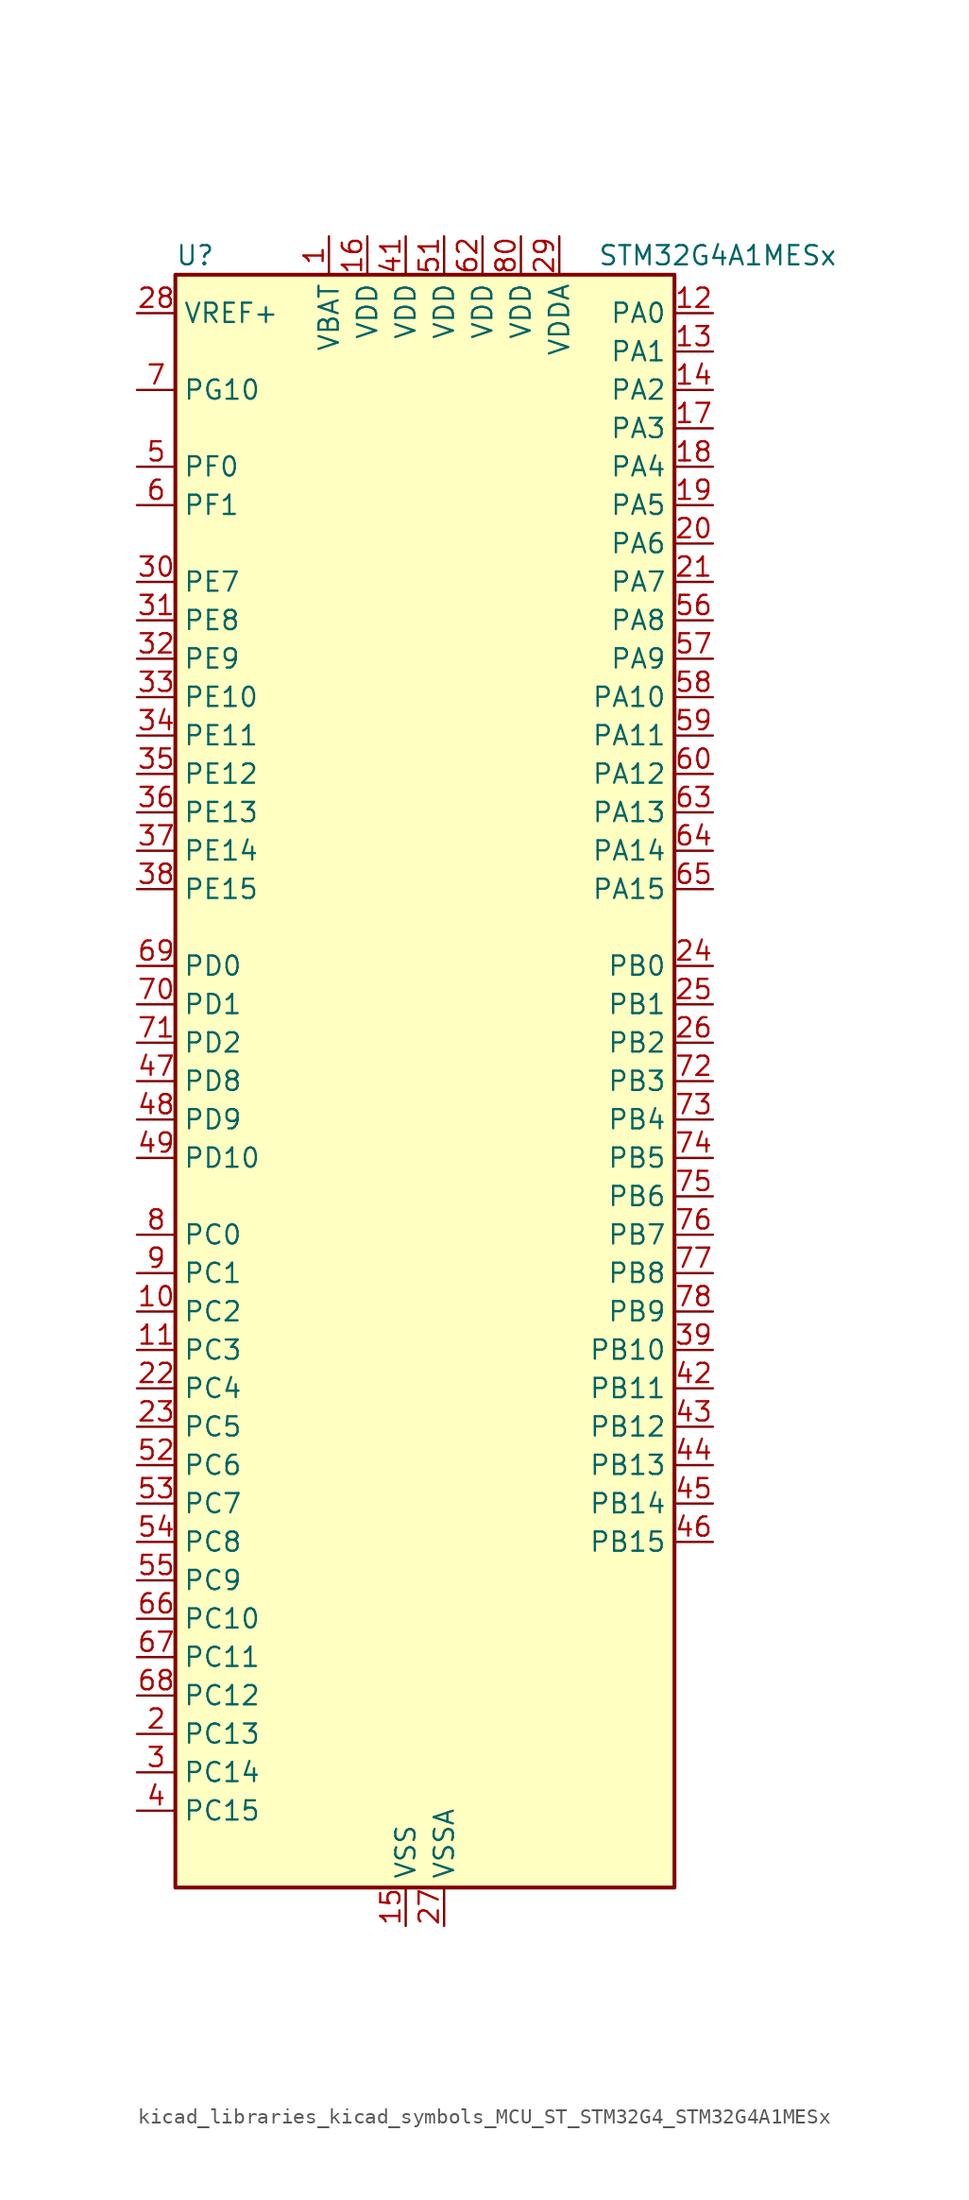
<source format=kicad_sym>
(kicad_symbol_lib
  (version 20220914)
  (generator kicad_symbol_editor)
  (symbol "kicad_libraries_kicad_symbols_MCU_ST_STM32G4_STM32G4A1MESx"
    (property "Reference" "U"
      (at -15.24 54.61 0)
      (effects (font (size 1.27 1.27)) (justify left)))
    (property "Value" "STM32G4A1MESx"
      (at 12.7 54.61 0)
      (effects (font (size 1.27 1.27)) (justify left)))
    (property "ki_locked" ""
      (at 0 0 0)
      (effects (font (size 1.27 1.27))))
    (symbol "kicad_libraries_kicad_symbols_MCU_ST_STM32G4_STM32G4A1MESx_0_1"
      (rectangle (start -15.24 -53.34) (end 17.78 53.34) (stroke (width 0.254) (type default)) (fill (type background))))
    (symbol "kicad_libraries_kicad_symbols_MCU_ST_STM32G4_STM32G4A1MESx_1_1"
      (pin power_in line (at -5.08 55.88 270) (length 2.54) (name "VBAT" (effects (font (size 1.27 1.27)))) (number "1" (effects (font (size 1.27 1.27)))))
      (pin bidirectional line (at -17.78 -15.24 0) (length 2.54) (name "PC2" (effects (font (size 1.27 1.27)))) (number "10" (effects (font (size 1.27 1.27)))) (alternate "ADC1_IN8" bidirectional line) (alternate "ADC2_IN8" bidirectional line) (alternate "ADC3_EXTI2" bidirectional line) (alternate "COMP3_OUT" bidirectional line) (alternate "LPTIM1_IN2" bidirectional line) (alternate "QUADSPI1_BK2_IO1" bidirectional line) (alternate "TIM1_CH3" bidirectional line) (alternate "TIM20_CH2" bidirectional line))
      (pin bidirectional line (at -17.78 -17.78 0) (length 2.54) (name "PC3" (effects (font (size 1.27 1.27)))) (number "11" (effects (font (size 1.27 1.27)))) (alternate "ADC1_IN9" bidirectional line) (alternate "ADC2_IN9" bidirectional line) (alternate "ADC3_EXTI3" bidirectional line) (alternate "LPTIM1_ETR" bidirectional line) (alternate "QUADSPI1_BK2_IO2" bidirectional line) (alternate "SAI1_D1" bidirectional line) (alternate "SAI1_SD_A" bidirectional line) (alternate "TIM1_BKIN2" bidirectional line) (alternate "TIM1_CH4" bidirectional line))
      (pin bidirectional line (at 20.32 50.8 180) (length 2.54) (name "PA0" (effects (font (size 1.27 1.27)))) (number "12" (effects (font (size 1.27 1.27)))) (alternate "ADC1_IN1" bidirectional line) (alternate "ADC2_IN1" bidirectional line) (alternate "COMP1_INM" bidirectional line) (alternate "COMP1_OUT" bidirectional line) (alternate "COMP3_INP" bidirectional line) (alternate "RTC_TAMP2" bidirectional line) (alternate "SYS_WKUP1" bidirectional line) (alternate "TIM2_CH1" bidirectional line) (alternate "TIM2_ETR" bidirectional line) (alternate "TIM8_BKIN" bidirectional line) (alternate "TIM8_ETR" bidirectional line) (alternate "USART2_CTS" bidirectional line) (alternate "USART2_NSS" bidirectional line))
      (pin bidirectional line (at 20.32 48.26 180) (length 2.54) (name "PA1" (effects (font (size 1.27 1.27)))) (number "13" (effects (font (size 1.27 1.27)))) (alternate "ADC1_IN2" bidirectional line) (alternate "ADC2_IN2" bidirectional line) (alternate "COMP1_INP" bidirectional line) (alternate "OPAMP1_VINP" bidirectional line) (alternate "OPAMP1_VINP_SEC" bidirectional line) (alternate "OPAMP3_VINP" bidirectional line) (alternate "OPAMP3_VINP_SEC" bidirectional line) (alternate "OPAMP6_VINM" bidirectional line) (alternate "OPAMP6_VINM0" bidirectional line) (alternate "OPAMP6_VINM_SEC" bidirectional line) (alternate "RTC_REFIN" bidirectional line) (alternate "TIM15_CH1N" bidirectional line) (alternate "TIM2_CH2" bidirectional line) (alternate "USART2_DE" bidirectional line) (alternate "USART2_RTS" bidirectional line))
      (pin bidirectional line (at 20.32 45.72 180) (length 2.54) (name "PA2" (effects (font (size 1.27 1.27)))) (number "14" (effects (font (size 1.27 1.27)))) (alternate "ADC1_IN3" bidirectional line) (alternate "ADC3_EXTI2" bidirectional line) (alternate "COMP2_INM" bidirectional line) (alternate "COMP2_OUT" bidirectional line) (alternate "LPUART1_TX" bidirectional line) (alternate "OPAMP1_VOUT" bidirectional line) (alternate "QUADSPI1_BK1_NCS" bidirectional line) (alternate "RCC_LSCO" bidirectional line) (alternate "SYS_WKUP4" bidirectional line) (alternate "TIM15_CH1" bidirectional line) (alternate "TIM2_CH3" bidirectional line) (alternate "UCPD1_FRSTX1" bidirectional line) (alternate "UCPD1_FRSTX2" bidirectional line) (alternate "USART2_TX" bidirectional line))
      (pin power_in line (at 0 -55.88 90) (length 2.54) (name "VSS" (effects (font (size 1.27 1.27)))) (number "15" (effects (font (size 1.27 1.27)))))
      (pin power_in line (at -2.54 55.88 270) (length 2.54) (name "VDD" (effects (font (size 1.27 1.27)))) (number "16" (effects (font (size 1.27 1.27)))))
      (pin bidirectional line (at 20.32 43.18 180) (length 2.54) (name "PA3" (effects (font (size 1.27 1.27)))) (number "17" (effects (font (size 1.27 1.27)))) (alternate "ADC1_IN4" bidirectional line) (alternate "ADC3_EXTI3" bidirectional line) (alternate "COMP2_INP" bidirectional line) (alternate "LPUART1_RX" bidirectional line) (alternate "OPAMP1_VINM" bidirectional line) (alternate "OPAMP1_VINM0" bidirectional line) (alternate "OPAMP1_VINM_SEC" bidirectional line) (alternate "OPAMP1_VINP" bidirectional line) (alternate "OPAMP1_VINP_SEC" bidirectional line) (alternate "QUADSPI1_CLK" bidirectional line) (alternate "SAI1_CK1" bidirectional line) (alternate "SAI1_MCLK_A" bidirectional line) (alternate "TIM15_CH2" bidirectional line) (alternate "TIM2_CH4" bidirectional line) (alternate "USART2_RX" bidirectional line))
      (pin bidirectional line (at 20.32 40.64 180) (length 2.54) (name "PA4" (effects (font (size 1.27 1.27)))) (number "18" (effects (font (size 1.27 1.27)))) (alternate "ADC2_IN17" bidirectional line) (alternate "COMP1_INM" bidirectional line) (alternate "DAC1_OUT1" bidirectional line) (alternate "I2S3_WS" bidirectional line) (alternate "SAI1_FS_B" bidirectional line) (alternate "SPI1_NSS" bidirectional line) (alternate "SPI3_NSS" bidirectional line) (alternate "TIM3_CH2" bidirectional line) (alternate "USART2_CK" bidirectional line))
      (pin bidirectional line (at 20.32 38.1 180) (length 2.54) (name "PA5" (effects (font (size 1.27 1.27)))) (number "19" (effects (font (size 1.27 1.27)))) (alternate "ADC2_IN13" bidirectional line) (alternate "COMP2_INM" bidirectional line) (alternate "DAC1_OUT2" bidirectional line) (alternate "OPAMP2_VINM" bidirectional line) (alternate "OPAMP2_VINM0" bidirectional line) (alternate "OPAMP2_VINM_SEC" bidirectional line) (alternate "SPI1_SCK" bidirectional line) (alternate "TIM2_CH1" bidirectional line) (alternate "TIM2_ETR" bidirectional line) (alternate "UCPD1_FRSTX1" bidirectional line) (alternate "UCPD1_FRSTX2" bidirectional line))
      (pin bidirectional line (at -17.78 -43.18 0) (length 2.54) (name "PC13" (effects (font (size 1.27 1.27)))) (number "2" (effects (font (size 1.27 1.27)))) (alternate "RTC_OUT1" bidirectional line) (alternate "RTC_TAMP1" bidirectional line) (alternate "RTC_TS" bidirectional line) (alternate "SYS_WKUP2" bidirectional line) (alternate "TIM1_BKIN" bidirectional line) (alternate "TIM1_CH1N" bidirectional line) (alternate "TIM8_CH4N" bidirectional line))
      (pin bidirectional line (at 20.32 35.56 180) (length 2.54) (name "PA6" (effects (font (size 1.27 1.27)))) (number "20" (effects (font (size 1.27 1.27)))) (alternate "ADC2_IN3" bidirectional line) (alternate "COMP1_OUT" bidirectional line) (alternate "LPUART1_CTS" bidirectional line) (alternate "OPAMP2_VOUT" bidirectional line) (alternate "QUADSPI1_BK1_IO3" bidirectional line) (alternate "SPI1_MISO" bidirectional line) (alternate "TIM16_CH1" bidirectional line) (alternate "TIM1_BKIN" bidirectional line) (alternate "TIM3_CH1" bidirectional line) (alternate "TIM8_BKIN" bidirectional line))
      (pin bidirectional line (at 20.32 33.02 180) (length 2.54) (name "PA7" (effects (font (size 1.27 1.27)))) (number "21" (effects (font (size 1.27 1.27)))) (alternate "ADC2_IN4" bidirectional line) (alternate "COMP2_INP" bidirectional line) (alternate "COMP2_OUT" bidirectional line) (alternate "OPAMP1_VINP" bidirectional line) (alternate "OPAMP1_VINP_SEC" bidirectional line) (alternate "OPAMP2_VINP" bidirectional line) (alternate "OPAMP2_VINP_SEC" bidirectional line) (alternate "QUADSPI1_BK1_IO2" bidirectional line) (alternate "SPI1_MOSI" bidirectional line) (alternate "TIM17_CH1" bidirectional line) (alternate "TIM1_CH1N" bidirectional line) (alternate "TIM3_CH2" bidirectional line) (alternate "TIM8_CH1N" bidirectional line) (alternate "UCPD1_FRSTX1" bidirectional line) (alternate "UCPD1_FRSTX2" bidirectional line))
      (pin bidirectional line (at -17.78 -20.32 0) (length 2.54) (name "PC4" (effects (font (size 1.27 1.27)))) (number "22" (effects (font (size 1.27 1.27)))) (alternate "ADC2_IN5" bidirectional line) (alternate "I2C2_SCL" bidirectional line) (alternate "QUADSPI1_BK2_IO3" bidirectional line) (alternate "TIM1_ETR" bidirectional line) (alternate "USART1_TX" bidirectional line))
      (pin bidirectional line (at -17.78 -22.86 0) (length 2.54) (name "PC5" (effects (font (size 1.27 1.27)))) (number "23" (effects (font (size 1.27 1.27)))) (alternate "ADC2_IN11" bidirectional line) (alternate "OPAMP1_VINM" bidirectional line) (alternate "OPAMP1_VINM1" bidirectional line) (alternate "OPAMP1_VINM_SEC" bidirectional line) (alternate "OPAMP2_VINM" bidirectional line) (alternate "OPAMP2_VINM1" bidirectional line) (alternate "OPAMP2_VINM_SEC" bidirectional line) (alternate "SAI1_D3" bidirectional line) (alternate "SYS_WKUP5" bidirectional line) (alternate "TIM15_BKIN" bidirectional line) (alternate "TIM1_CH4N" bidirectional line) (alternate "USART1_RX" bidirectional line))
      (pin bidirectional line (at 20.32 7.62 180) (length 2.54) (name "PB0" (effects (font (size 1.27 1.27)))) (number "24" (effects (font (size 1.27 1.27)))) (alternate "ADC1_IN15" bidirectional line) (alternate "ADC3_IN12" bidirectional line) (alternate "COMP4_INP" bidirectional line) (alternate "OPAMP2_VINP" bidirectional line) (alternate "OPAMP2_VINP_SEC" bidirectional line) (alternate "OPAMP3_VINP" bidirectional line) (alternate "OPAMP3_VINP_SEC" bidirectional line) (alternate "QUADSPI1_BK1_IO1" bidirectional line) (alternate "TIM1_CH2N" bidirectional line) (alternate "TIM3_CH3" bidirectional line) (alternate "TIM8_CH2N" bidirectional line) (alternate "UCPD1_FRSTX1" bidirectional line) (alternate "UCPD1_FRSTX2" bidirectional line))
      (pin bidirectional line (at 20.32 5.08 180) (length 2.54) (name "PB1" (effects (font (size 1.27 1.27)))) (number "25" (effects (font (size 1.27 1.27)))) (alternate "ADC1_IN12" bidirectional line) (alternate "ADC3_IN1" bidirectional line) (alternate "COMP1_INP" bidirectional line) (alternate "COMP4_OUT" bidirectional line) (alternate "LPUART1_DE" bidirectional line) (alternate "LPUART1_RTS" bidirectional line) (alternate "OPAMP3_VOUT" bidirectional line) (alternate "OPAMP6_VINM" bidirectional line) (alternate "OPAMP6_VINM1" bidirectional line) (alternate "OPAMP6_VINM_SEC" bidirectional line) (alternate "QUADSPI1_BK1_IO0" bidirectional line) (alternate "TIM1_CH3N" bidirectional line) (alternate "TIM3_CH4" bidirectional line) (alternate "TIM8_CH3N" bidirectional line))
      (pin bidirectional line (at 20.32 2.54 180) (length 2.54) (name "PB2" (effects (font (size 1.27 1.27)))) (number "26" (effects (font (size 1.27 1.27)))) (alternate "ADC2_IN12" bidirectional line) (alternate "ADC3_EXTI2" bidirectional line) (alternate "COMP4_INM" bidirectional line) (alternate "I2C3_SMBA" bidirectional line) (alternate "LPTIM1_OUT" bidirectional line) (alternate "OPAMP3_VINM" bidirectional line) (alternate "OPAMP3_VINM0" bidirectional line) (alternate "OPAMP3_VINM_SEC" bidirectional line) (alternate "QUADSPI1_BK2_IO1" bidirectional line) (alternate "RTC_OUT2" bidirectional line) (alternate "TIM20_CH1" bidirectional line))
      (pin power_in line (at 2.54 -55.88 90) (length 2.54) (name "VSSA" (effects (font (size 1.27 1.27)))) (number "27" (effects (font (size 1.27 1.27)))))
      (pin input line (at -17.78 50.8 0) (length 2.54) (name "VREF+" (effects (font (size 1.27 1.27)))) (number "28" (effects (font (size 1.27 1.27)))) (alternate "VREFBUF_OUT" bidirectional line))
      (pin power_in line (at 10.16 55.88 270) (length 2.54) (name "VDDA" (effects (font (size 1.27 1.27)))) (number "29" (effects (font (size 1.27 1.27)))))
      (pin bidirectional line (at -17.78 -45.72 0) (length 2.54) (name "PC14" (effects (font (size 1.27 1.27)))) (number "3" (effects (font (size 1.27 1.27)))) (alternate "RCC_OSC32_IN" bidirectional line))
      (pin bidirectional line (at -17.78 33.02 0) (length 2.54) (name "PE7" (effects (font (size 1.27 1.27)))) (number "30" (effects (font (size 1.27 1.27)))) (alternate "ADC3_IN4" bidirectional line) (alternate "COMP4_INP" bidirectional line) (alternate "SAI1_SD_B" bidirectional line) (alternate "TIM1_ETR" bidirectional line))
      (pin bidirectional line (at -17.78 30.48 0) (length 2.54) (name "PE8" (effects (font (size 1.27 1.27)))) (number "31" (effects (font (size 1.27 1.27)))) (alternate "ADC3_IN6" bidirectional line) (alternate "COMP4_INM" bidirectional line) (alternate "SAI1_SCK_B" bidirectional line) (alternate "TIM1_CH1N" bidirectional line))
      (pin bidirectional line (at -17.78 27.94 0) (length 2.54) (name "PE9" (effects (font (size 1.27 1.27)))) (number "32" (effects (font (size 1.27 1.27)))) (alternate "ADC3_IN2" bidirectional line) (alternate "DAC1_EXTI9" bidirectional line) (alternate "DAC3_EXTI9" bidirectional line) (alternate "SAI1_FS_B" bidirectional line) (alternate "TIM1_CH1" bidirectional line))
      (pin bidirectional line (at -17.78 25.4 0) (length 2.54) (name "PE10" (effects (font (size 1.27 1.27)))) (number "33" (effects (font (size 1.27 1.27)))) (alternate "ADC3_IN14" bidirectional line) (alternate "DAC1_EXTI10" bidirectional line) (alternate "DAC3_EXTI10" bidirectional line) (alternate "QUADSPI1_CLK" bidirectional line) (alternate "SAI1_MCLK_B" bidirectional line) (alternate "TIM1_CH2N" bidirectional line))
      (pin bidirectional line (at -17.78 22.86 0) (length 2.54) (name "PE11" (effects (font (size 1.27 1.27)))) (number "34" (effects (font (size 1.27 1.27)))) (alternate "ADC1_EXTI11" bidirectional line) (alternate "ADC2_EXTI11" bidirectional line) (alternate "ADC3_IN15" bidirectional line) (alternate "QUADSPI1_BK1_NCS" bidirectional line) (alternate "TIM1_CH2" bidirectional line))
      (pin bidirectional line (at -17.78 20.32 0) (length 2.54) (name "PE12" (effects (font (size 1.27 1.27)))) (number "35" (effects (font (size 1.27 1.27)))) (alternate "ADC3_IN16" bidirectional line) (alternate "QUADSPI1_BK1_IO0" bidirectional line) (alternate "TIM1_CH3N" bidirectional line))
      (pin bidirectional line (at -17.78 17.78 0) (length 2.54) (name "PE13" (effects (font (size 1.27 1.27)))) (number "36" (effects (font (size 1.27 1.27)))) (alternate "ADC3_IN3" bidirectional line) (alternate "QUADSPI1_BK1_IO1" bidirectional line) (alternate "TIM1_CH3" bidirectional line))
      (pin bidirectional line (at -17.78 15.24 0) (length 2.54) (name "PE14" (effects (font (size 1.27 1.27)))) (number "37" (effects (font (size 1.27 1.27)))) (alternate "QUADSPI1_BK1_IO2" bidirectional line) (alternate "TIM1_BKIN2" bidirectional line) (alternate "TIM1_CH4" bidirectional line))
      (pin bidirectional line (at -17.78 12.7 0) (length 2.54) (name "PE15" (effects (font (size 1.27 1.27)))) (number "38" (effects (font (size 1.27 1.27)))) (alternate "ADC1_EXTI15" bidirectional line) (alternate "ADC2_EXTI15" bidirectional line) (alternate "QUADSPI1_BK1_IO3" bidirectional line) (alternate "TIM1_BKIN" bidirectional line) (alternate "TIM1_CH4N" bidirectional line) (alternate "USART3_RX" bidirectional line))
      (pin bidirectional line (at 20.32 -17.78 180) (length 2.54) (name "PB10" (effects (font (size 1.27 1.27)))) (number "39" (effects (font (size 1.27 1.27)))) (alternate "DAC1_EXTI10" bidirectional line) (alternate "DAC3_EXTI10" bidirectional line) (alternate "LPUART1_RX" bidirectional line) (alternate "OPAMP3_VINM" bidirectional line) (alternate "OPAMP3_VINM1" bidirectional line) (alternate "OPAMP3_VINM_SEC" bidirectional line) (alternate "QUADSPI1_CLK" bidirectional line) (alternate "SAI1_SCK_A" bidirectional line) (alternate "TIM1_BKIN" bidirectional line) (alternate "TIM2_CH3" bidirectional line) (alternate "USART3_TX" bidirectional line))
      (pin bidirectional line (at -17.78 -48.26 0) (length 2.54) (name "PC15" (effects (font (size 1.27 1.27)))) (number "4" (effects (font (size 1.27 1.27)))) (alternate "ADC1_EXTI15" bidirectional line) (alternate "ADC2_EXTI15" bidirectional line) (alternate "RCC_OSC32_OUT" bidirectional line))
      (pin passive line (at 0 -55.88 90) (length 2.54) hide (name "VSS" (effects (font (size 1.27 1.27)))) (number "40" (effects (font (size 1.27 1.27)))))
      (pin power_in line (at 0 55.88 270) (length 2.54) (name "VDD" (effects (font (size 1.27 1.27)))) (number "41" (effects (font (size 1.27 1.27)))))
      (pin bidirectional line (at 20.32 -20.32 180) (length 2.54) (name "PB11" (effects (font (size 1.27 1.27)))) (number "42" (effects (font (size 1.27 1.27)))) (alternate "ADC1_EXTI11" bidirectional line) (alternate "ADC1_IN14" bidirectional line) (alternate "ADC2_EXTI11" bidirectional line) (alternate "ADC2_IN14" bidirectional line) (alternate "LPUART1_TX" bidirectional line) (alternate "OPAMP6_VOUT" bidirectional line) (alternate "QUADSPI1_BK1_NCS" bidirectional line) (alternate "TIM2_CH4" bidirectional line) (alternate "USART3_RX" bidirectional line))
      (pin bidirectional line (at 20.32 -22.86 180) (length 2.54) (name "PB12" (effects (font (size 1.27 1.27)))) (number "43" (effects (font (size 1.27 1.27)))) (alternate "ADC1_IN11" bidirectional line) (alternate "FDCAN2_RX" bidirectional line) (alternate "I2C2_SMBA" bidirectional line) (alternate "I2S2_WS" bidirectional line) (alternate "LPUART1_DE" bidirectional line) (alternate "LPUART1_RTS" bidirectional line) (alternate "OPAMP6_VINP" bidirectional line) (alternate "OPAMP6_VINP_SEC" bidirectional line) (alternate "SPI2_NSS" bidirectional line) (alternate "TIM1_BKIN" bidirectional line) (alternate "USART3_CK" bidirectional line))
      (pin bidirectional line (at 20.32 -25.4 180) (length 2.54) (name "PB13" (effects (font (size 1.27 1.27)))) (number "44" (effects (font (size 1.27 1.27)))) (alternate "ADC3_IN5" bidirectional line) (alternate "FDCAN2_TX" bidirectional line) (alternate "I2S2_CK" bidirectional line) (alternate "LPUART1_CTS" bidirectional line) (alternate "OPAMP3_VINP" bidirectional line) (alternate "OPAMP3_VINP_SEC" bidirectional line) (alternate "OPAMP6_VINP" bidirectional line) (alternate "OPAMP6_VINP_SEC" bidirectional line) (alternate "SPI2_SCK" bidirectional line) (alternate "TIM1_CH1N" bidirectional line) (alternate "USART3_CTS" bidirectional line) (alternate "USART3_NSS" bidirectional line))
      (pin bidirectional line (at 20.32 -27.94 180) (length 2.54) (name "PB14" (effects (font (size 1.27 1.27)))) (number "45" (effects (font (size 1.27 1.27)))) (alternate "ADC1_IN5" bidirectional line) (alternate "COMP4_OUT" bidirectional line) (alternate "OPAMP2_VINP" bidirectional line) (alternate "OPAMP2_VINP_SEC" bidirectional line) (alternate "SPI2_MISO" bidirectional line) (alternate "TIM15_CH1" bidirectional line) (alternate "TIM1_CH2N" bidirectional line) (alternate "USART3_DE" bidirectional line) (alternate "USART3_RTS" bidirectional line))
      (pin bidirectional line (at 20.32 -30.48 180) (length 2.54) (name "PB15" (effects (font (size 1.27 1.27)))) (number "46" (effects (font (size 1.27 1.27)))) (alternate "ADC1_EXTI15" bidirectional line) (alternate "ADC2_EXTI15" bidirectional line) (alternate "ADC2_IN15" bidirectional line) (alternate "COMP3_OUT" bidirectional line) (alternate "I2S2_SD" bidirectional line) (alternate "RTC_REFIN" bidirectional line) (alternate "SPI2_MOSI" bidirectional line) (alternate "TIM15_CH1N" bidirectional line) (alternate "TIM15_CH2" bidirectional line) (alternate "TIM1_CH3N" bidirectional line))
      (pin bidirectional line (at -17.78 0 0) (length 2.54) (name "PD8" (effects (font (size 1.27 1.27)))) (number "47" (effects (font (size 1.27 1.27)))) (alternate "USART3_TX" bidirectional line))
      (pin bidirectional line (at -17.78 -2.54 0) (length 2.54) (name "PD9" (effects (font (size 1.27 1.27)))) (number "48" (effects (font (size 1.27 1.27)))) (alternate "DAC1_EXTI9" bidirectional line) (alternate "DAC3_EXTI9" bidirectional line) (alternate "OPAMP6_VINP" bidirectional line) (alternate "OPAMP6_VINP_SEC" bidirectional line) (alternate "USART3_RX" bidirectional line))
      (pin bidirectional line (at -17.78 -5.08 0) (length 2.54) (name "PD10" (effects (font (size 1.27 1.27)))) (number "49" (effects (font (size 1.27 1.27)))) (alternate "ADC3_IN7" bidirectional line) (alternate "DAC1_EXTI10" bidirectional line) (alternate "DAC3_EXTI10" bidirectional line) (alternate "USART3_CK" bidirectional line))
      (pin bidirectional line (at -17.78 40.64 0) (length 2.54) (name "PF0" (effects (font (size 1.27 1.27)))) (number "5" (effects (font (size 1.27 1.27)))) (alternate "ADC1_IN10" bidirectional line) (alternate "I2C2_SDA" bidirectional line) (alternate "I2S2_WS" bidirectional line) (alternate "RCC_OSC_IN" bidirectional line) (alternate "SPI2_NSS" bidirectional line) (alternate "TIM1_CH3N" bidirectional line))
      (pin passive line (at 0 -55.88 90) (length 2.54) hide (name "VSS" (effects (font (size 1.27 1.27)))) (number "50" (effects (font (size 1.27 1.27)))))
      (pin power_in line (at 2.54 55.88 270) (length 2.54) (name "VDD" (effects (font (size 1.27 1.27)))) (number "51" (effects (font (size 1.27 1.27)))))
      (pin bidirectional line (at -17.78 -25.4 0) (length 2.54) (name "PC6" (effects (font (size 1.27 1.27)))) (number "52" (effects (font (size 1.27 1.27)))) (alternate "I2S2_MCK" bidirectional line) (alternate "TIM3_CH1" bidirectional line) (alternate "TIM8_CH1" bidirectional line))
      (pin bidirectional line (at -17.78 -27.94 0) (length 2.54) (name "PC7" (effects (font (size 1.27 1.27)))) (number "53" (effects (font (size 1.27 1.27)))) (alternate "I2S3_MCK" bidirectional line) (alternate "TIM3_CH2" bidirectional line) (alternate "TIM8_CH2" bidirectional line))
      (pin bidirectional line (at -17.78 -30.48 0) (length 2.54) (name "PC8" (effects (font (size 1.27 1.27)))) (number "54" (effects (font (size 1.27 1.27)))) (alternate "I2C3_SCL" bidirectional line) (alternate "TIM20_CH3" bidirectional line) (alternate "TIM3_CH3" bidirectional line) (alternate "TIM8_CH3" bidirectional line))
      (pin bidirectional line (at -17.78 -33.02 0) (length 2.54) (name "PC9" (effects (font (size 1.27 1.27)))) (number "55" (effects (font (size 1.27 1.27)))) (alternate "DAC1_EXTI9" bidirectional line) (alternate "DAC3_EXTI9" bidirectional line) (alternate "I2C3_SDA" bidirectional line) (alternate "I2S_CKIN" bidirectional line) (alternate "TIM3_CH4" bidirectional line) (alternate "TIM8_BKIN2" bidirectional line) (alternate "TIM8_CH4" bidirectional line))
      (pin bidirectional line (at 20.32 30.48 180) (length 2.54) (name "PA8" (effects (font (size 1.27 1.27)))) (number "56" (effects (font (size 1.27 1.27)))) (alternate "I2C2_SDA" bidirectional line) (alternate "I2C3_SCL" bidirectional line) (alternate "I2S2_MCK" bidirectional line) (alternate "RCC_MCO" bidirectional line) (alternate "SAI1_CK2" bidirectional line) (alternate "SAI1_SCK_A" bidirectional line) (alternate "TIM1_CH1" bidirectional line) (alternate "TIM4_ETR" bidirectional line) (alternate "USART1_CK" bidirectional line))
      (pin bidirectional line (at 20.32 27.94 180) (length 2.54) (name "PA9" (effects (font (size 1.27 1.27)))) (number "57" (effects (font (size 1.27 1.27)))) (alternate "DAC1_EXTI9" bidirectional line) (alternate "DAC3_EXTI9" bidirectional line) (alternate "I2C2_SCL" bidirectional line) (alternate "I2C3_SMBA" bidirectional line) (alternate "I2S3_MCK" bidirectional line) (alternate "SAI1_FS_A" bidirectional line) (alternate "TIM15_BKIN" bidirectional line) (alternate "TIM1_CH2" bidirectional line) (alternate "TIM2_CH3" bidirectional line) (alternate "UCPD1_DBCC1" bidirectional line) (alternate "USART1_TX" bidirectional line))
      (pin bidirectional line (at 20.32 25.4 180) (length 2.54) (name "PA10" (effects (font (size 1.27 1.27)))) (number "58" (effects (font (size 1.27 1.27)))) (alternate "CRS_SYNC" bidirectional line) (alternate "DAC1_EXTI10" bidirectional line) (alternate "DAC3_EXTI10" bidirectional line) (alternate "I2C2_SMBA" bidirectional line) (alternate "SAI1_D1" bidirectional line) (alternate "SAI1_SD_A" bidirectional line) (alternate "SPI2_MISO" bidirectional line) (alternate "TIM17_BKIN" bidirectional line) (alternate "TIM1_CH3" bidirectional line) (alternate "TIM2_CH4" bidirectional line) (alternate "TIM8_BKIN" bidirectional line) (alternate "UCPD1_DBCC2" bidirectional line) (alternate "USART1_RX" bidirectional line))
      (pin bidirectional line (at 20.32 22.86 180) (length 2.54) (name "PA11" (effects (font (size 1.27 1.27)))) (number "59" (effects (font (size 1.27 1.27)))) (alternate "ADC1_EXTI11" bidirectional line) (alternate "ADC2_EXTI11" bidirectional line) (alternate "COMP1_OUT" bidirectional line) (alternate "FDCAN1_RX" bidirectional line) (alternate "I2S2_SD" bidirectional line) (alternate "SPI2_MOSI" bidirectional line) (alternate "TIM1_BKIN2" bidirectional line) (alternate "TIM1_CH1N" bidirectional line) (alternate "TIM1_CH4" bidirectional line) (alternate "TIM4_CH1" bidirectional line) (alternate "USART1_CTS" bidirectional line) (alternate "USART1_NSS" bidirectional line) (alternate "USB_DM" bidirectional line))
      (pin bidirectional line (at -17.78 38.1 0) (length 2.54) (name "PF1" (effects (font (size 1.27 1.27)))) (number "6" (effects (font (size 1.27 1.27)))) (alternate "ADC2_IN10" bidirectional line) (alternate "COMP3_INM" bidirectional line) (alternate "I2S2_CK" bidirectional line) (alternate "RCC_OSC_OUT" bidirectional line) (alternate "SPI2_SCK" bidirectional line))
      (pin bidirectional line (at 20.32 20.32 180) (length 2.54) (name "PA12" (effects (font (size 1.27 1.27)))) (number "60" (effects (font (size 1.27 1.27)))) (alternate "COMP2_OUT" bidirectional line) (alternate "FDCAN1_TX" bidirectional line) (alternate "I2S_CKIN" bidirectional line) (alternate "TIM16_CH1" bidirectional line) (alternate "TIM1_CH2N" bidirectional line) (alternate "TIM1_ETR" bidirectional line) (alternate "TIM4_CH2" bidirectional line) (alternate "USART1_DE" bidirectional line) (alternate "USART1_RTS" bidirectional line) (alternate "USB_DP" bidirectional line))
      (pin passive line (at 0 -55.88 90) (length 2.54) hide (name "VSS" (effects (font (size 1.27 1.27)))) (number "61" (effects (font (size 1.27 1.27)))))
      (pin power_in line (at 5.08 55.88 270) (length 2.54) (name "VDD" (effects (font (size 1.27 1.27)))) (number "62" (effects (font (size 1.27 1.27)))))
      (pin bidirectional line (at 20.32 17.78 180) (length 2.54) (name "PA13" (effects (font (size 1.27 1.27)))) (number "63" (effects (font (size 1.27 1.27)))) (alternate "I2C1_SCL" bidirectional line) (alternate "IR_OUT" bidirectional line) (alternate "SAI1_SD_B" bidirectional line) (alternate "SYS_JTMS-SWDIO" bidirectional line) (alternate "TIM16_CH1N" bidirectional line) (alternate "TIM4_CH3" bidirectional line) (alternate "USART3_CTS" bidirectional line) (alternate "USART3_NSS" bidirectional line))
      (pin bidirectional line (at 20.32 15.24 180) (length 2.54) (name "PA14" (effects (font (size 1.27 1.27)))) (number "64" (effects (font (size 1.27 1.27)))) (alternate "I2C1_SDA" bidirectional line) (alternate "LPTIM1_OUT" bidirectional line) (alternate "SAI1_FS_B" bidirectional line) (alternate "SYS_JTCK-SWCLK" bidirectional line) (alternate "TIM1_BKIN" bidirectional line) (alternate "TIM8_CH2" bidirectional line) (alternate "USART2_TX" bidirectional line))
      (pin bidirectional line (at 20.32 12.7 180) (length 2.54) (name "PA15" (effects (font (size 1.27 1.27)))) (number "65" (effects (font (size 1.27 1.27)))) (alternate "ADC1_EXTI15" bidirectional line) (alternate "ADC2_EXTI15" bidirectional line) (alternate "I2C1_SCL" bidirectional line) (alternate "I2S3_WS" bidirectional line) (alternate "SPI1_NSS" bidirectional line) (alternate "SPI3_NSS" bidirectional line) (alternate "SYS_JTDI" bidirectional line) (alternate "TIM1_BKIN" bidirectional line) (alternate "TIM20_ETR" bidirectional line) (alternate "TIM2_CH1" bidirectional line) (alternate "TIM2_ETR" bidirectional line) (alternate "TIM8_CH1" bidirectional line) (alternate "UART4_DE" bidirectional line) (alternate "UART4_RTS" bidirectional line) (alternate "USART2_RX" bidirectional line))
      (pin bidirectional line (at -17.78 -35.56 0) (length 2.54) (name "PC10" (effects (font (size 1.27 1.27)))) (number "66" (effects (font (size 1.27 1.27)))) (alternate "DAC1_EXTI10" bidirectional line) (alternate "DAC3_EXTI10" bidirectional line) (alternate "I2S3_CK" bidirectional line) (alternate "SPI3_SCK" bidirectional line) (alternate "TIM8_CH1N" bidirectional line) (alternate "UART4_TX" bidirectional line) (alternate "USART3_TX" bidirectional line))
      (pin bidirectional line (at -17.78 -38.1 0) (length 2.54) (name "PC11" (effects (font (size 1.27 1.27)))) (number "67" (effects (font (size 1.27 1.27)))) (alternate "ADC1_EXTI11" bidirectional line) (alternate "ADC2_EXTI11" bidirectional line) (alternate "I2C3_SDA" bidirectional line) (alternate "SPI3_MISO" bidirectional line) (alternate "TIM8_CH2N" bidirectional line) (alternate "UART4_RX" bidirectional line) (alternate "USART3_RX" bidirectional line))
      (pin bidirectional line (at -17.78 -40.64 0) (length 2.54) (name "PC12" (effects (font (size 1.27 1.27)))) (number "68" (effects (font (size 1.27 1.27)))) (alternate "I2S3_SD" bidirectional line) (alternate "SPI3_MOSI" bidirectional line) (alternate "TIM8_CH3N" bidirectional line) (alternate "UART5_TX" bidirectional line) (alternate "UCPD1_FRSTX1" bidirectional line) (alternate "UCPD1_FRSTX2" bidirectional line) (alternate "USART3_CK" bidirectional line))
      (pin bidirectional line (at -17.78 7.62 0) (length 2.54) (name "PD0" (effects (font (size 1.27 1.27)))) (number "69" (effects (font (size 1.27 1.27)))) (alternate "FDCAN1_RX" bidirectional line) (alternate "TIM8_CH4N" bidirectional line))
      (pin bidirectional line (at -17.78 45.72 0) (length 2.54) (name "PG10" (effects (font (size 1.27 1.27)))) (number "7" (effects (font (size 1.27 1.27)))) (alternate "DAC1_EXTI10" bidirectional line) (alternate "DAC3_EXTI10" bidirectional line) (alternate "RCC_MCO" bidirectional line))
      (pin bidirectional line (at -17.78 5.08 0) (length 2.54) (name "PD1" (effects (font (size 1.27 1.27)))) (number "70" (effects (font (size 1.27 1.27)))) (alternate "FDCAN1_TX" bidirectional line) (alternate "TIM8_BKIN2" bidirectional line) (alternate "TIM8_CH4" bidirectional line))
      (pin bidirectional line (at -17.78 2.54 0) (length 2.54) (name "PD2" (effects (font (size 1.27 1.27)))) (number "71" (effects (font (size 1.27 1.27)))) (alternate "ADC3_EXTI2" bidirectional line) (alternate "TIM3_ETR" bidirectional line) (alternate "TIM8_BKIN" bidirectional line) (alternate "UART5_RX" bidirectional line))
      (pin bidirectional line (at 20.32 0 180) (length 2.54) (name "PB3" (effects (font (size 1.27 1.27)))) (number "72" (effects (font (size 1.27 1.27)))) (alternate "ADC3_EXTI3" bidirectional line) (alternate "CRS_SYNC" bidirectional line) (alternate "I2S3_CK" bidirectional line) (alternate "SAI1_SCK_B" bidirectional line) (alternate "SPI1_SCK" bidirectional line) (alternate "SPI3_SCK" bidirectional line) (alternate "SYS_JTDO-SWO" bidirectional line) (alternate "TIM2_CH2" bidirectional line) (alternate "TIM3_ETR" bidirectional line) (alternate "TIM4_ETR" bidirectional line) (alternate "TIM8_CH1N" bidirectional line) (alternate "USART2_TX" bidirectional line))
      (pin bidirectional line (at 20.32 -2.54 180) (length 2.54) (name "PB4" (effects (font (size 1.27 1.27)))) (number "73" (effects (font (size 1.27 1.27)))) (alternate "SAI1_MCLK_B" bidirectional line) (alternate "SPI1_MISO" bidirectional line) (alternate "SPI3_MISO" bidirectional line) (alternate "SYS_JTRST" bidirectional line) (alternate "TIM16_CH1" bidirectional line) (alternate "TIM17_BKIN" bidirectional line) (alternate "TIM3_CH1" bidirectional line) (alternate "TIM8_CH2N" bidirectional line) (alternate "UART5_DE" bidirectional line) (alternate "UART5_RTS" bidirectional line) (alternate "UCPD1_CC2" bidirectional line) (alternate "USART2_RX" bidirectional line))
      (pin bidirectional line (at 20.32 -5.08 180) (length 2.54) (name "PB5" (effects (font (size 1.27 1.27)))) (number "74" (effects (font (size 1.27 1.27)))) (alternate "FDCAN2_RX" bidirectional line) (alternate "I2C1_SMBA" bidirectional line) (alternate "I2C3_SDA" bidirectional line) (alternate "I2S3_SD" bidirectional line) (alternate "LPTIM1_IN1" bidirectional line) (alternate "SAI1_SD_B" bidirectional line) (alternate "SPI1_MOSI" bidirectional line) (alternate "SPI3_MOSI" bidirectional line) (alternate "TIM16_BKIN" bidirectional line) (alternate "TIM17_CH1" bidirectional line) (alternate "TIM3_CH2" bidirectional line) (alternate "TIM8_CH3N" bidirectional line) (alternate "UART5_CTS" bidirectional line) (alternate "USART2_CK" bidirectional line))
      (pin bidirectional line (at 20.32 -7.62 180) (length 2.54) (name "PB6" (effects (font (size 1.27 1.27)))) (number "75" (effects (font (size 1.27 1.27)))) (alternate "COMP4_OUT" bidirectional line) (alternate "FDCAN2_TX" bidirectional line) (alternate "LPTIM1_ETR" bidirectional line) (alternate "SAI1_FS_B" bidirectional line) (alternate "TIM16_CH1N" bidirectional line) (alternate "TIM4_CH1" bidirectional line) (alternate "TIM8_BKIN2" bidirectional line) (alternate "TIM8_CH1" bidirectional line) (alternate "TIM8_ETR" bidirectional line) (alternate "UCPD1_CC1" bidirectional line) (alternate "USART1_TX" bidirectional line))
      (pin bidirectional line (at 20.32 -10.16 180) (length 2.54) (name "PB7" (effects (font (size 1.27 1.27)))) (number "76" (effects (font (size 1.27 1.27)))) (alternate "COMP3_OUT" bidirectional line) (alternate "I2C1_SDA" bidirectional line) (alternate "LPTIM1_IN2" bidirectional line) (alternate "SYS_PVD_IN" bidirectional line) (alternate "TIM17_CH1N" bidirectional line) (alternate "TIM3_CH4" bidirectional line) (alternate "TIM4_CH2" bidirectional line) (alternate "TIM8_BKIN" bidirectional line) (alternate "UART4_CTS" bidirectional line) (alternate "USART1_RX" bidirectional line))
      (pin bidirectional line (at 20.32 -12.7 180) (length 2.54) (name "PB8" (effects (font (size 1.27 1.27)))) (number "77" (effects (font (size 1.27 1.27)))) (alternate "COMP1_OUT" bidirectional line) (alternate "FDCAN1_RX" bidirectional line) (alternate "I2C1_SCL" bidirectional line) (alternate "SAI1_CK1" bidirectional line) (alternate "SAI1_MCLK_A" bidirectional line) (alternate "TIM16_CH1" bidirectional line) (alternate "TIM1_BKIN" bidirectional line) (alternate "TIM4_CH3" bidirectional line) (alternate "TIM8_CH2" bidirectional line) (alternate "USART3_RX" bidirectional line))
      (pin bidirectional line (at 20.32 -15.24 180) (length 2.54) (name "PB9" (effects (font (size 1.27 1.27)))) (number "78" (effects (font (size 1.27 1.27)))) (alternate "COMP2_OUT" bidirectional line) (alternate "DAC1_EXTI9" bidirectional line) (alternate "DAC3_EXTI9" bidirectional line) (alternate "FDCAN1_TX" bidirectional line) (alternate "I2C1_SDA" bidirectional line) (alternate "IR_OUT" bidirectional line) (alternate "SAI1_D2" bidirectional line) (alternate "SAI1_FS_A" bidirectional line) (alternate "TIM17_CH1" bidirectional line) (alternate "TIM1_CH3N" bidirectional line) (alternate "TIM4_CH4" bidirectional line) (alternate "TIM8_CH3" bidirectional line) (alternate "USART3_TX" bidirectional line))
      (pin passive line (at 0 -55.88 90) (length 2.54) hide (name "VSS" (effects (font (size 1.27 1.27)))) (number "79" (effects (font (size 1.27 1.27)))))
      (pin bidirectional line (at -17.78 -10.16 0) (length 2.54) (name "PC0" (effects (font (size 1.27 1.27)))) (number "8" (effects (font (size 1.27 1.27)))) (alternate "ADC1_IN6" bidirectional line) (alternate "ADC2_IN6" bidirectional line) (alternate "COMP3_INM" bidirectional line) (alternate "LPTIM1_IN1" bidirectional line) (alternate "LPUART1_RX" bidirectional line) (alternate "TIM1_CH1" bidirectional line))
      (pin power_in line (at 7.62 55.88 270) (length 2.54) (name "VDD" (effects (font (size 1.27 1.27)))) (number "80" (effects (font (size 1.27 1.27)))))
      (pin bidirectional line (at -17.78 -12.7 0) (length 2.54) (name "PC1" (effects (font (size 1.27 1.27)))) (number "9" (effects (font (size 1.27 1.27)))) (alternate "ADC1_IN7" bidirectional line) (alternate "ADC2_IN7" bidirectional line) (alternate "COMP3_INP" bidirectional line) (alternate "LPTIM1_OUT" bidirectional line) (alternate "LPUART1_TX" bidirectional line) (alternate "QUADSPI1_BK2_IO0" bidirectional line) (alternate "SAI1_SD_A" bidirectional line) (alternate "TIM1_CH2" bidirectional line)))))
</source>
